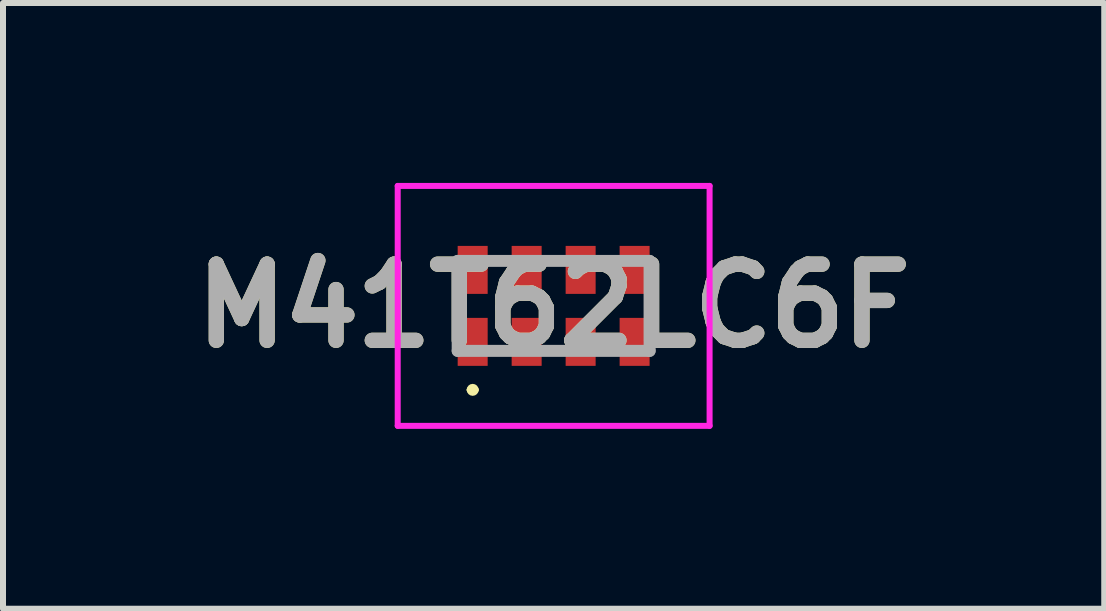
<source format=kicad_pcb>
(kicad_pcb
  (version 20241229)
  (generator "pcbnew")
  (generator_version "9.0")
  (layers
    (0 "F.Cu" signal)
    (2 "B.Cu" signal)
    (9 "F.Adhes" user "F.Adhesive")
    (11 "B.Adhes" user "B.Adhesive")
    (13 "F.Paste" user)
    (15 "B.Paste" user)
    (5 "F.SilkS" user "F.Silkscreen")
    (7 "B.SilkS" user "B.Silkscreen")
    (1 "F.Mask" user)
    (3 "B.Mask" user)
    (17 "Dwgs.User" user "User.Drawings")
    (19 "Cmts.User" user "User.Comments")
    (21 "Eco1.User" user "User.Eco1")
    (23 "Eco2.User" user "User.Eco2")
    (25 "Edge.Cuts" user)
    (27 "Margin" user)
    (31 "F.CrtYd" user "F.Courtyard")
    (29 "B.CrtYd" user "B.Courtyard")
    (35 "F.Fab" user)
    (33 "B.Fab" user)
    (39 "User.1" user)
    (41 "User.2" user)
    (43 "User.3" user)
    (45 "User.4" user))
  (footprint "M41T62LC6F"
    (layer "F.Cu")
    (at 6.181 2.05)
    (property "Reference" "M41T62LC6F" (at 0 0 0) (layer "F.SilkS") (effects (font (size 1.27 1.27) (thickness 0.254))))
    (attr smd)
    (fp_line (start -1.4 1.4) (end -1.4 1.4) (stroke (width 0.1) (type solid)) (layer "F.SilkS"))
    (fp_line (start -1.3 1.4) (end -1.3 1.4) (stroke (width 0.1) (type solid)) (layer "F.SilkS"))
    (fp_arc (start -1.4 1.4) (mid -1.35 1.35) (end -1.3 1.4) (stroke (width 0.1) (type solid)) (layer "F.SilkS"))
    (fp_arc (start -1.3 1.4) (mid -1.35 1.45) (end -1.4 1.4) (stroke (width 0.1) (type solid)) (layer "F.SilkS"))
    (fp_line (start -2.6 -2) (end -2.6 2) (stroke (width 0.1) (type solid)) (layer "F.CrtYd"))
    (fp_line (start -2.6 2) (end 2.6 2) (stroke (width 0.1) (type solid)) (layer "F.CrtYd"))
    (fp_line (start 2.6 -2) (end -2.6 -2) (stroke (width 0.1) (type solid)) (layer "F.CrtYd"))
    (fp_line (start 2.6 2) (end 2.6 -2) (stroke (width 0.1) (type solid)) (layer "F.CrtYd"))
    (fp_line (start -1.6 -0.75) (end -1.6 0.75) (stroke (width 0.2) (type solid)) (layer "F.Fab"))
    (fp_line (start -1.6 0.75) (end 1.6 0.75) (stroke (width 0.2) (type solid)) (layer "F.Fab"))
    (fp_line (start 1.6 -0.75) (end -1.6 -0.75) (stroke (width 0.2) (type solid)) (layer "F.Fab"))
    (fp_line (start 1.6 0.75) (end 1.6 -0.75) (stroke (width 0.2) (type solid)) (layer "F.Fab"))
    (fp_text user "${REFERENCE}" (at 0 0 0) (layer "F.Fab") (effects (font (size 1.27 1.27) (thickness 0.254))))
    (pad "1" smd rect (at -1.35 0.6) (size 0.5 0.8) (layers "F.Cu" "F.Mask" "F.Paste"))
    (pad "2" smd rect (at -0.45 0.6) (size 0.5 0.8) (layers "F.Cu" "F.Mask" "F.Paste"))
    (pad "3" smd rect (at 0.45 0.6) (size 0.5 0.8) (layers "F.Cu" "F.Mask" "F.Paste"))
    (pad "4" smd rect (at 1.35 0.6) (size 0.5 0.8) (layers "F.Cu" "F.Mask" "F.Paste"))
    (pad "5" smd rect (at 1.35 -0.6) (size 0.5 0.8) (layers "F.Cu" "F.Mask" "F.Paste"))
    (pad "6" smd rect (at 0.45 -0.6) (size 0.5 0.8) (layers "F.Cu" "F.Mask" "F.Paste"))
    (pad "7" smd rect (at -0.45 -0.6) (size 0.5 0.8) (layers "F.Cu" "F.Mask" "F.Paste"))
    (pad "8" smd rect (at -1.35 -0.6) (size 0.5 0.8) (layers "F.Cu" "F.Mask" "F.Paste")))
  (gr_rect
    (start -3 -3)
    (end 15.361 7.1)
    (stroke (width 0.1) (type default))
    (fill no)
    (layer "Edge.Cuts")))
</source>
